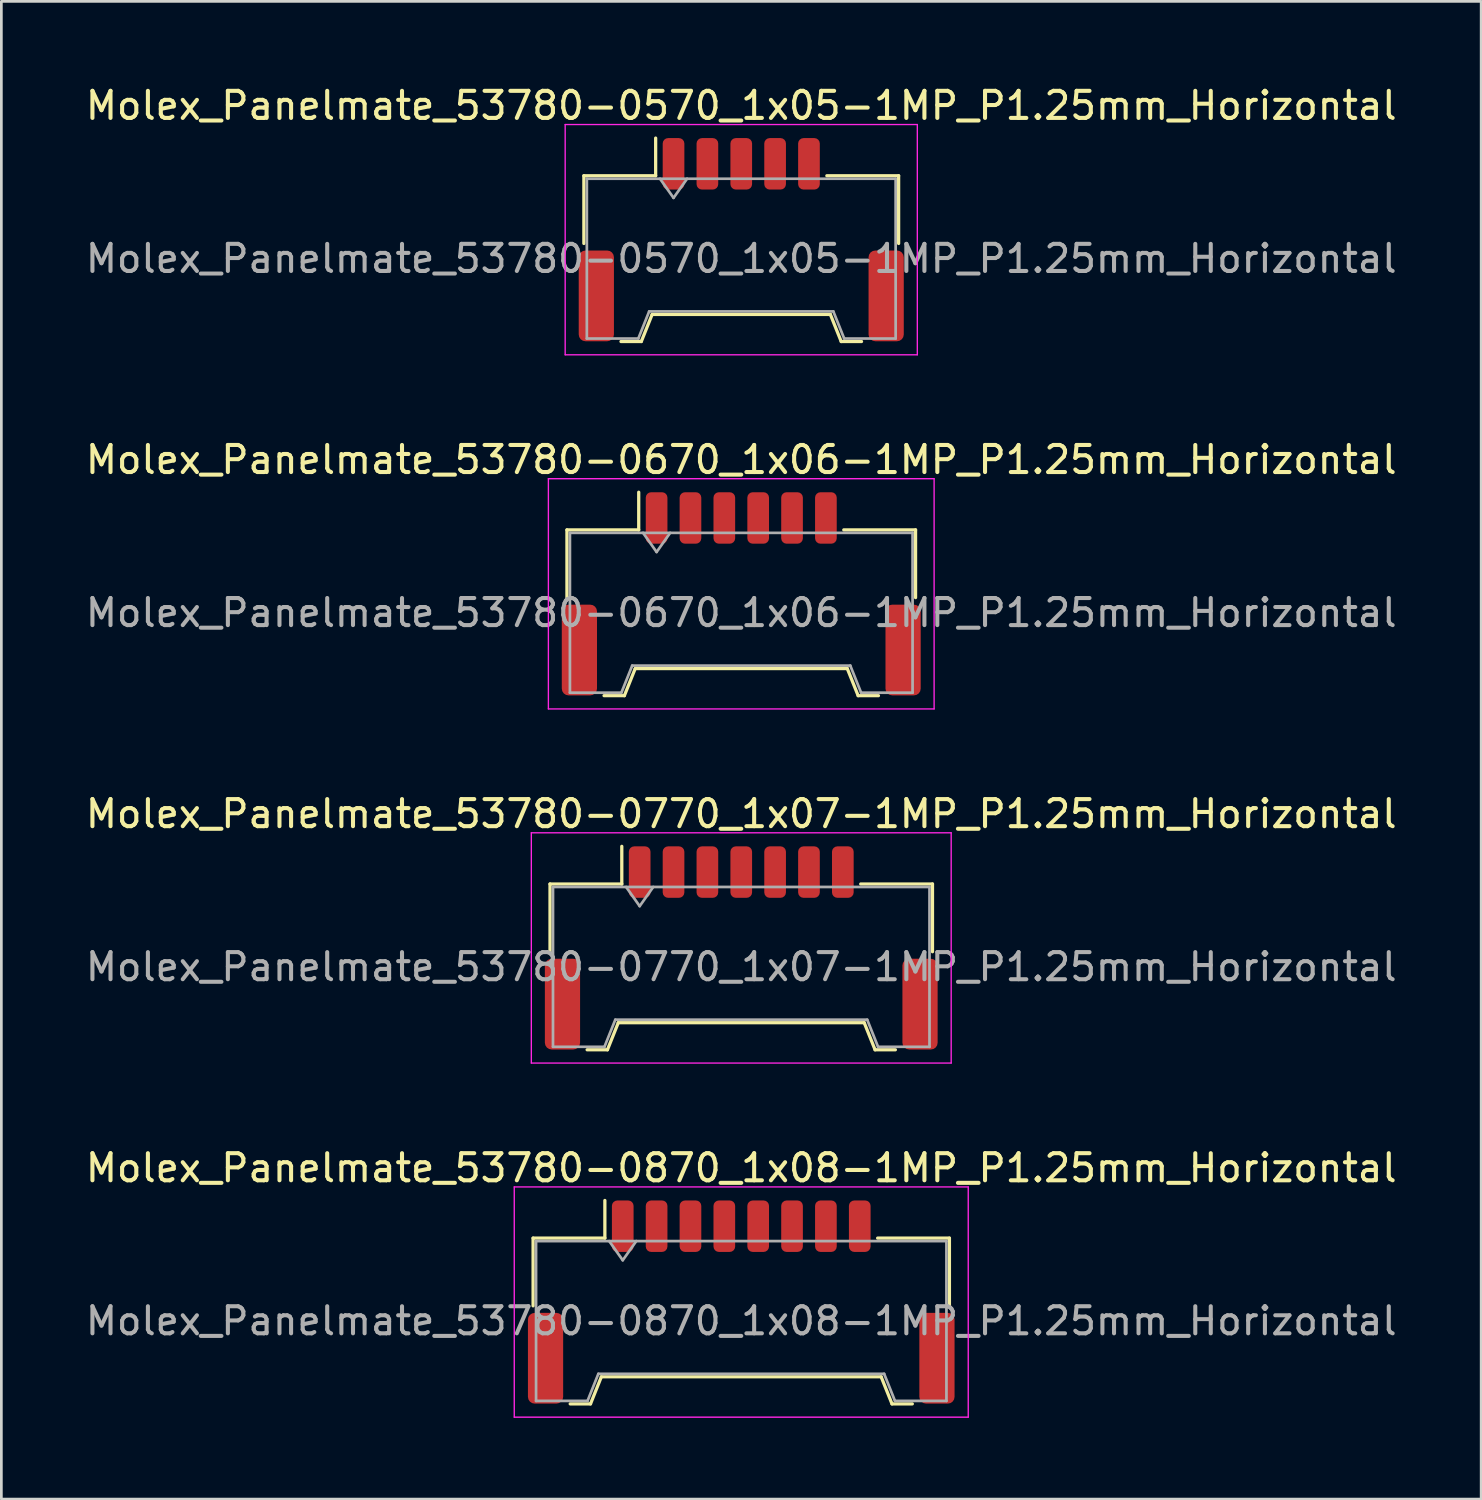
<source format=kicad_pcb>
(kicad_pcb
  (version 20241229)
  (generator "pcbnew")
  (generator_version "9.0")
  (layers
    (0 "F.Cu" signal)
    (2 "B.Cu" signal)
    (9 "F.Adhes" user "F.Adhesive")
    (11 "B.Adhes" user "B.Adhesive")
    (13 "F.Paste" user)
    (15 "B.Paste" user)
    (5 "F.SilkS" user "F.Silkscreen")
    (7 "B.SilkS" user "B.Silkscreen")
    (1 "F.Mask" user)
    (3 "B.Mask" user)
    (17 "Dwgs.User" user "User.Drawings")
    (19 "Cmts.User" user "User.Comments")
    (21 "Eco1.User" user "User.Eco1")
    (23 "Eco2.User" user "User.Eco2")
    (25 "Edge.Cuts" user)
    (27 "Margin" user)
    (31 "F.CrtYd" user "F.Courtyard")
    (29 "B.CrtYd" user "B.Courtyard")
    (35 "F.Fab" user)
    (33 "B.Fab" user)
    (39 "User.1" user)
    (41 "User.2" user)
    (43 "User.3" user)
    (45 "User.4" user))
  (footprint "Molex_Panelmate_53780-0570_1x05-1MP_P1.25mm_Horizontal"
    (layer "F.Cu")
    (at 24.315 5.798)
    (property "Reference" "Molex_Panelmate_53780-0570_1x05-1MP_P1.25mm_Horizontal" (at 0 -4.95 0) (layer "F.SilkS") (effects (font (size 1 1) (thickness 0.15))))
    (attr smd)
    (fp_line (start -5.81 -2.36) (end -3.16 -2.36) (stroke (width 0.12) (type solid)) (layer "F.SilkS"))
    (fp_line (start -5.81 0.14) (end -5.81 -2.36) (stroke (width 0.12) (type solid)) (layer "F.SilkS"))
    (fp_line (start -4.44 3.76) (end -3.69 3.76) (stroke (width 0.12) (type solid)) (layer "F.SilkS"))
    (fp_line (start -3.69 3.76) (end -3.29 2.76) (stroke (width 0.12) (type solid)) (layer "F.SilkS"))
    (fp_line (start -3.29 2.76) (end 3.29 2.76) (stroke (width 0.12) (type solid)) (layer "F.SilkS"))
    (fp_line (start -3.16 -2.36) (end -3.16 -3.75) (stroke (width 0.12) (type solid)) (layer "F.SilkS"))
    (fp_line (start 3.29 2.76) (end 3.69 3.76) (stroke (width 0.12) (type solid)) (layer "F.SilkS"))
    (fp_line (start 3.69 3.76) (end 4.44 3.76) (stroke (width 0.12) (type solid)) (layer "F.SilkS"))
    (fp_line (start 5.81 -2.36) (end 3.16 -2.36) (stroke (width 0.12) (type solid)) (layer "F.SilkS"))
    (fp_line (start 5.81 0.14) (end 5.81 -2.36) (stroke (width 0.12) (type solid)) (layer "F.SilkS"))
    (fp_line (start -6.5 -4.25) (end -6.5 4.25) (stroke (width 0.05) (type solid)) (layer "F.CrtYd"))
    (fp_line (start -6.5 4.25) (end 6.5 4.25) (stroke (width 0.05) (type solid)) (layer "F.CrtYd"))
    (fp_line (start 6.5 -4.25) (end -6.5 -4.25) (stroke (width 0.05) (type solid)) (layer "F.CrtYd"))
    (fp_line (start 6.5 4.25) (end 6.5 -4.25) (stroke (width 0.05) (type solid)) (layer "F.CrtYd"))
    (fp_line (start -5.7 -2.25) (end -5.7 3.65) (stroke (width 0.1) (type solid)) (layer "F.Fab"))
    (fp_line (start -5.7 -2.25) (end 5.7 -2.25) (stroke (width 0.1) (type solid)) (layer "F.Fab"))
    (fp_line (start -5.7 3.65) (end -3.8 3.65) (stroke (width 0.1) (type solid)) (layer "F.Fab"))
    (fp_line (start -3.8 3.65) (end -3.4 2.65) (stroke (width 0.1) (type solid)) (layer "F.Fab"))
    (fp_line (start -3.4 2.65) (end 3.4 2.65) (stroke (width 0.1) (type solid)) (layer "F.Fab"))
    (fp_line (start -3 -2.25) (end -2.5 -1.543) (stroke (width 0.1) (type solid)) (layer "F.Fab"))
    (fp_line (start -2.5 -1.543) (end -2 -2.25) (stroke (width 0.1) (type solid)) (layer "F.Fab"))
    (fp_line (start 3.4 2.65) (end 3.8 3.65) (stroke (width 0.1) (type solid)) (layer "F.Fab"))
    (fp_line (start 3.8 3.65) (end 5.7 3.65) (stroke (width 0.1) (type solid)) (layer "F.Fab"))
    (fp_line (start 5.7 -2.25) (end 5.7 3.65) (stroke (width 0.1) (type solid)) (layer "F.Fab"))
    (fp_text user "${REFERENCE}" (at 0 0.7 0) (layer "F.Fab") (effects (font (size 1 1) (thickness 0.15))))
    (pad "1" smd roundrect (at -2.5 -2.8) (size 0.8 1.9) (layers "F.Cu" "F.Mask" "F.Paste") (roundrect_rratio 0.25))
    (pad "2" smd roundrect (at -1.25 -2.8) (size 0.8 1.9) (layers "F.Cu" "F.Mask" "F.Paste") (roundrect_rratio 0.25))
    (pad "3" smd roundrect (at 0 -2.8) (size 0.8 1.9) (layers "F.Cu" "F.Mask" "F.Paste") (roundrect_rratio 0.25))
    (pad "4" smd roundrect (at 1.25 -2.8) (size 0.8 1.9) (layers "F.Cu" "F.Mask" "F.Paste") (roundrect_rratio 0.25))
    (pad "5" smd roundrect (at 2.5 -2.8) (size 0.8 1.9) (layers "F.Cu" "F.Mask" "F.Paste") (roundrect_rratio 0.25))
    (pad "MP" smd roundrect (at -5.35 2.075) (size 1.3 3.35) (layers "F.Cu" "F.Mask" "F.Paste") (roundrect_rratio 0.192))
    (pad "MP" smd roundrect (at 5.35 2.075) (size 1.3 3.35) (layers "F.Cu" "F.Mask" "F.Paste") (roundrect_rratio 0.192)))
  (footprint "Molex_Panelmate_53780-0870_1x08-1MP_P1.25mm_Horizontal"
    (layer "F.Cu")
    (at 24.315 45.018)
    (property "Reference" "Molex_Panelmate_53780-0870_1x08-1MP_P1.25mm_Horizontal" (at 0 -4.95 0) (layer "F.SilkS") (effects (font (size 1 1) (thickness 0.15))))
    (attr smd)
    (fp_line (start -7.685 -2.36) (end -5.035 -2.36) (stroke (width 0.12) (type solid)) (layer "F.SilkS"))
    (fp_line (start -7.685 0.14) (end -7.685 -2.36) (stroke (width 0.12) (type solid)) (layer "F.SilkS"))
    (fp_line (start -6.315 3.76) (end -5.565 3.76) (stroke (width 0.12) (type solid)) (layer "F.SilkS"))
    (fp_line (start -5.565 3.76) (end -5.165 2.76) (stroke (width 0.12) (type solid)) (layer "F.SilkS"))
    (fp_line (start -5.165 2.76) (end 5.165 2.76) (stroke (width 0.12) (type solid)) (layer "F.SilkS"))
    (fp_line (start -5.035 -2.36) (end -5.035 -3.75) (stroke (width 0.12) (type solid)) (layer "F.SilkS"))
    (fp_line (start 5.165 2.76) (end 5.565 3.76) (stroke (width 0.12) (type solid)) (layer "F.SilkS"))
    (fp_line (start 5.565 3.76) (end 6.315 3.76) (stroke (width 0.12) (type solid)) (layer "F.SilkS"))
    (fp_line (start 7.685 -2.36) (end 5.035 -2.36) (stroke (width 0.12) (type solid)) (layer "F.SilkS"))
    (fp_line (start 7.685 0.14) (end 7.685 -2.36) (stroke (width 0.12) (type solid)) (layer "F.SilkS"))
    (fp_line (start -8.38 -4.25) (end -8.38 4.25) (stroke (width 0.05) (type solid)) (layer "F.CrtYd"))
    (fp_line (start -8.38 4.25) (end 8.38 4.25) (stroke (width 0.05) (type solid)) (layer "F.CrtYd"))
    (fp_line (start 8.38 -4.25) (end -8.38 -4.25) (stroke (width 0.05) (type solid)) (layer "F.CrtYd"))
    (fp_line (start 8.38 4.25) (end 8.38 -4.25) (stroke (width 0.05) (type solid)) (layer "F.CrtYd"))
    (fp_line (start -7.575 -2.25) (end -7.575 3.65) (stroke (width 0.1) (type solid)) (layer "F.Fab"))
    (fp_line (start -7.575 -2.25) (end 7.575 -2.25) (stroke (width 0.1) (type solid)) (layer "F.Fab"))
    (fp_line (start -7.575 3.65) (end -5.675 3.65) (stroke (width 0.1) (type solid)) (layer "F.Fab"))
    (fp_line (start -5.675 3.65) (end -5.275 2.65) (stroke (width 0.1) (type solid)) (layer "F.Fab"))
    (fp_line (start -5.275 2.65) (end 5.275 2.65) (stroke (width 0.1) (type solid)) (layer "F.Fab"))
    (fp_line (start -4.875 -2.25) (end -4.375 -1.543) (stroke (width 0.1) (type solid)) (layer "F.Fab"))
    (fp_line (start -4.375 -1.543) (end -3.875 -2.25) (stroke (width 0.1) (type solid)) (layer "F.Fab"))
    (fp_line (start 5.275 2.65) (end 5.675 3.65) (stroke (width 0.1) (type solid)) (layer "F.Fab"))
    (fp_line (start 5.675 3.65) (end 7.575 3.65) (stroke (width 0.1) (type solid)) (layer "F.Fab"))
    (fp_line (start 7.575 -2.25) (end 7.575 3.65) (stroke (width 0.1) (type solid)) (layer "F.Fab"))
    (fp_text user "${REFERENCE}" (at 0 0.7 0) (layer "F.Fab") (effects (font (size 1 1) (thickness 0.15))))
    (pad "1" smd roundrect (at -4.375 -2.8) (size 0.8 1.9) (layers "F.Cu" "F.Mask" "F.Paste") (roundrect_rratio 0.25))
    (pad "2" smd roundrect (at -3.125 -2.8) (size 0.8 1.9) (layers "F.Cu" "F.Mask" "F.Paste") (roundrect_rratio 0.25))
    (pad "3" smd roundrect (at -1.875 -2.8) (size 0.8 1.9) (layers "F.Cu" "F.Mask" "F.Paste") (roundrect_rratio 0.25))
    (pad "4" smd roundrect (at -0.625 -2.8) (size 0.8 1.9) (layers "F.Cu" "F.Mask" "F.Paste") (roundrect_rratio 0.25))
    (pad "5" smd roundrect (at 0.625 -2.8) (size 0.8 1.9) (layers "F.Cu" "F.Mask" "F.Paste") (roundrect_rratio 0.25))
    (pad "6" smd roundrect (at 1.875 -2.8) (size 0.8 1.9) (layers "F.Cu" "F.Mask" "F.Paste") (roundrect_rratio 0.25))
    (pad "7" smd roundrect (at 3.125 -2.8) (size 0.8 1.9) (layers "F.Cu" "F.Mask" "F.Paste") (roundrect_rratio 0.25))
    (pad "8" smd roundrect (at 4.375 -2.8) (size 0.8 1.9) (layers "F.Cu" "F.Mask" "F.Paste") (roundrect_rratio 0.25))
    (pad "MP" smd roundrect (at -7.225 2.075) (size 1.3 3.35) (layers "F.Cu" "F.Mask" "F.Paste") (roundrect_rratio 0.192))
    (pad "MP" smd roundrect (at 7.225 2.075) (size 1.3 3.35) (layers "F.Cu" "F.Mask" "F.Paste") (roundrect_rratio 0.192)))
  (footprint "Molex_Panelmate_53780-0670_1x06-1MP_P1.25mm_Horizontal"
    (layer "F.Cu")
    (at 24.315 18.872)
    (property "Reference" "Molex_Panelmate_53780-0670_1x06-1MP_P1.25mm_Horizontal" (at 0 -4.95 0) (layer "F.SilkS") (effects (font (size 1 1) (thickness 0.15))))
    (attr smd)
    (fp_line (start -6.435 -2.36) (end -3.785 -2.36) (stroke (width 0.12) (type solid)) (layer "F.SilkS"))
    (fp_line (start -6.435 0.14) (end -6.435 -2.36) (stroke (width 0.12) (type solid)) (layer "F.SilkS"))
    (fp_line (start -5.065 3.76) (end -4.315 3.76) (stroke (width 0.12) (type solid)) (layer "F.SilkS"))
    (fp_line (start -4.315 3.76) (end -3.915 2.76) (stroke (width 0.12) (type solid)) (layer "F.SilkS"))
    (fp_line (start -3.915 2.76) (end 3.915 2.76) (stroke (width 0.12) (type solid)) (layer "F.SilkS"))
    (fp_line (start -3.785 -2.36) (end -3.785 -3.75) (stroke (width 0.12) (type solid)) (layer "F.SilkS"))
    (fp_line (start 3.915 2.76) (end 4.315 3.76) (stroke (width 0.12) (type solid)) (layer "F.SilkS"))
    (fp_line (start 4.315 3.76) (end 5.065 3.76) (stroke (width 0.12) (type solid)) (layer "F.SilkS"))
    (fp_line (start 6.435 -2.36) (end 3.785 -2.36) (stroke (width 0.12) (type solid)) (layer "F.SilkS"))
    (fp_line (start 6.435 0.14) (end 6.435 -2.36) (stroke (width 0.12) (type solid)) (layer "F.SilkS"))
    (fp_line (start -7.12 -4.25) (end -7.12 4.25) (stroke (width 0.05) (type solid)) (layer "F.CrtYd"))
    (fp_line (start -7.12 4.25) (end 7.12 4.25) (stroke (width 0.05) (type solid)) (layer "F.CrtYd"))
    (fp_line (start 7.12 -4.25) (end -7.12 -4.25) (stroke (width 0.05) (type solid)) (layer "F.CrtYd"))
    (fp_line (start 7.12 4.25) (end 7.12 -4.25) (stroke (width 0.05) (type solid)) (layer "F.CrtYd"))
    (fp_line (start -6.325 -2.25) (end -6.325 3.65) (stroke (width 0.1) (type solid)) (layer "F.Fab"))
    (fp_line (start -6.325 -2.25) (end 6.325 -2.25) (stroke (width 0.1) (type solid)) (layer "F.Fab"))
    (fp_line (start -6.325 3.65) (end -4.425 3.65) (stroke (width 0.1) (type solid)) (layer "F.Fab"))
    (fp_line (start -4.425 3.65) (end -4.025 2.65) (stroke (width 0.1) (type solid)) (layer "F.Fab"))
    (fp_line (start -4.025 2.65) (end 4.025 2.65) (stroke (width 0.1) (type solid)) (layer "F.Fab"))
    (fp_line (start -3.625 -2.25) (end -3.125 -1.543) (stroke (width 0.1) (type solid)) (layer "F.Fab"))
    (fp_line (start -3.125 -1.543) (end -2.625 -2.25) (stroke (width 0.1) (type solid)) (layer "F.Fab"))
    (fp_line (start 4.025 2.65) (end 4.425 3.65) (stroke (width 0.1) (type solid)) (layer "F.Fab"))
    (fp_line (start 4.425 3.65) (end 6.325 3.65) (stroke (width 0.1) (type solid)) (layer "F.Fab"))
    (fp_line (start 6.325 -2.25) (end 6.325 3.65) (stroke (width 0.1) (type solid)) (layer "F.Fab"))
    (fp_text user "${REFERENCE}" (at 0 0.7 0) (layer "F.Fab") (effects (font (size 1 1) (thickness 0.15))))
    (pad "1" smd roundrect (at -3.125 -2.8) (size 0.8 1.9) (layers "F.Cu" "F.Mask" "F.Paste") (roundrect_rratio 0.25))
    (pad "2" smd roundrect (at -1.875 -2.8) (size 0.8 1.9) (layers "F.Cu" "F.Mask" "F.Paste") (roundrect_rratio 0.25))
    (pad "3" smd roundrect (at -0.625 -2.8) (size 0.8 1.9) (layers "F.Cu" "F.Mask" "F.Paste") (roundrect_rratio 0.25))
    (pad "4" smd roundrect (at 0.625 -2.8) (size 0.8 1.9) (layers "F.Cu" "F.Mask" "F.Paste") (roundrect_rratio 0.25))
    (pad "5" smd roundrect (at 1.875 -2.8) (size 0.8 1.9) (layers "F.Cu" "F.Mask" "F.Paste") (roundrect_rratio 0.25))
    (pad "6" smd roundrect (at 3.125 -2.8) (size 0.8 1.9) (layers "F.Cu" "F.Mask" "F.Paste") (roundrect_rratio 0.25))
    (pad "MP" smd roundrect (at -5.975 2.075) (size 1.3 3.35) (layers "F.Cu" "F.Mask" "F.Paste") (roundrect_rratio 0.192))
    (pad "MP" smd roundrect (at 5.975 2.075) (size 1.3 3.35) (layers "F.Cu" "F.Mask" "F.Paste") (roundrect_rratio 0.192)))
  (footprint "Molex_Panelmate_53780-0770_1x07-1MP_P1.25mm_Horizontal"
    (layer "F.Cu")
    (at 24.315 31.945)
    (property "Reference" "Molex_Panelmate_53780-0770_1x07-1MP_P1.25mm_Horizontal" (at 0 -4.95 0) (layer "F.SilkS") (effects (font (size 1 1) (thickness 0.15))))
    (attr smd)
    (fp_line (start -7.06 -2.36) (end -4.41 -2.36) (stroke (width 0.12) (type solid)) (layer "F.SilkS"))
    (fp_line (start -7.06 0.14) (end -7.06 -2.36) (stroke (width 0.12) (type solid)) (layer "F.SilkS"))
    (fp_line (start -5.69 3.76) (end -4.94 3.76) (stroke (width 0.12) (type solid)) (layer "F.SilkS"))
    (fp_line (start -4.94 3.76) (end -4.54 2.76) (stroke (width 0.12) (type solid)) (layer "F.SilkS"))
    (fp_line (start -4.54 2.76) (end 4.54 2.76) (stroke (width 0.12) (type solid)) (layer "F.SilkS"))
    (fp_line (start -4.41 -2.36) (end -4.41 -3.75) (stroke (width 0.12) (type solid)) (layer "F.SilkS"))
    (fp_line (start 4.54 2.76) (end 4.94 3.76) (stroke (width 0.12) (type solid)) (layer "F.SilkS"))
    (fp_line (start 4.94 3.76) (end 5.69 3.76) (stroke (width 0.12) (type solid)) (layer "F.SilkS"))
    (fp_line (start 7.06 -2.36) (end 4.41 -2.36) (stroke (width 0.12) (type solid)) (layer "F.SilkS"))
    (fp_line (start 7.06 0.14) (end 7.06 -2.36) (stroke (width 0.12) (type solid)) (layer "F.SilkS"))
    (fp_line (start -7.75 -4.25) (end -7.75 4.25) (stroke (width 0.05) (type solid)) (layer "F.CrtYd"))
    (fp_line (start -7.75 4.25) (end 7.75 4.25) (stroke (width 0.05) (type solid)) (layer "F.CrtYd"))
    (fp_line (start 7.75 -4.25) (end -7.75 -4.25) (stroke (width 0.05) (type solid)) (layer "F.CrtYd"))
    (fp_line (start 7.75 4.25) (end 7.75 -4.25) (stroke (width 0.05) (type solid)) (layer "F.CrtYd"))
    (fp_line (start -6.95 -2.25) (end -6.95 3.65) (stroke (width 0.1) (type solid)) (layer "F.Fab"))
    (fp_line (start -6.95 -2.25) (end 6.95 -2.25) (stroke (width 0.1) (type solid)) (layer "F.Fab"))
    (fp_line (start -6.95 3.65) (end -5.05 3.65) (stroke (width 0.1) (type solid)) (layer "F.Fab"))
    (fp_line (start -5.05 3.65) (end -4.65 2.65) (stroke (width 0.1) (type solid)) (layer "F.Fab"))
    (fp_line (start -4.65 2.65) (end 4.65 2.65) (stroke (width 0.1) (type solid)) (layer "F.Fab"))
    (fp_line (start -4.25 -2.25) (end -3.75 -1.543) (stroke (width 0.1) (type solid)) (layer "F.Fab"))
    (fp_line (start -3.75 -1.543) (end -3.25 -2.25) (stroke (width 0.1) (type solid)) (layer "F.Fab"))
    (fp_line (start 4.65 2.65) (end 5.05 3.65) (stroke (width 0.1) (type solid)) (layer "F.Fab"))
    (fp_line (start 5.05 3.65) (end 6.95 3.65) (stroke (width 0.1) (type solid)) (layer "F.Fab"))
    (fp_line (start 6.95 -2.25) (end 6.95 3.65) (stroke (width 0.1) (type solid)) (layer "F.Fab"))
    (fp_text user "${REFERENCE}" (at 0 0.7 0) (layer "F.Fab") (effects (font (size 1 1) (thickness 0.15))))
    (pad "1" smd roundrect (at -3.75 -2.8) (size 0.8 1.9) (layers "F.Cu" "F.Mask" "F.Paste") (roundrect_rratio 0.25))
    (pad "2" smd roundrect (at -2.5 -2.8) (size 0.8 1.9) (layers "F.Cu" "F.Mask" "F.Paste") (roundrect_rratio 0.25))
    (pad "3" smd roundrect (at -1.25 -2.8) (size 0.8 1.9) (layers "F.Cu" "F.Mask" "F.Paste") (roundrect_rratio 0.25))
    (pad "4" smd roundrect (at 0 -2.8) (size 0.8 1.9) (layers "F.Cu" "F.Mask" "F.Paste") (roundrect_rratio 0.25))
    (pad "5" smd roundrect (at 1.25 -2.8) (size 0.8 1.9) (layers "F.Cu" "F.Mask" "F.Paste") (roundrect_rratio 0.25))
    (pad "6" smd roundrect (at 2.5 -2.8) (size 0.8 1.9) (layers "F.Cu" "F.Mask" "F.Paste") (roundrect_rratio 0.25))
    (pad "7" smd roundrect (at 3.75 -2.8) (size 0.8 1.9) (layers "F.Cu" "F.Mask" "F.Paste") (roundrect_rratio 0.25))
    (pad "MP" smd roundrect (at -6.6 2.075) (size 1.3 3.35) (layers "F.Cu" "F.Mask" "F.Paste") (roundrect_rratio 0.192))
    (pad "MP" smd roundrect (at 6.6 2.075) (size 1.3 3.35) (layers "F.Cu" "F.Mask" "F.Paste") (roundrect_rratio 0.192)))
  (gr_rect
    (start -3 -3)
    (end 51.631 52.293)
    (stroke (width 0.1) (type default))
    (fill no)
    (layer "Edge.Cuts")))
</source>
